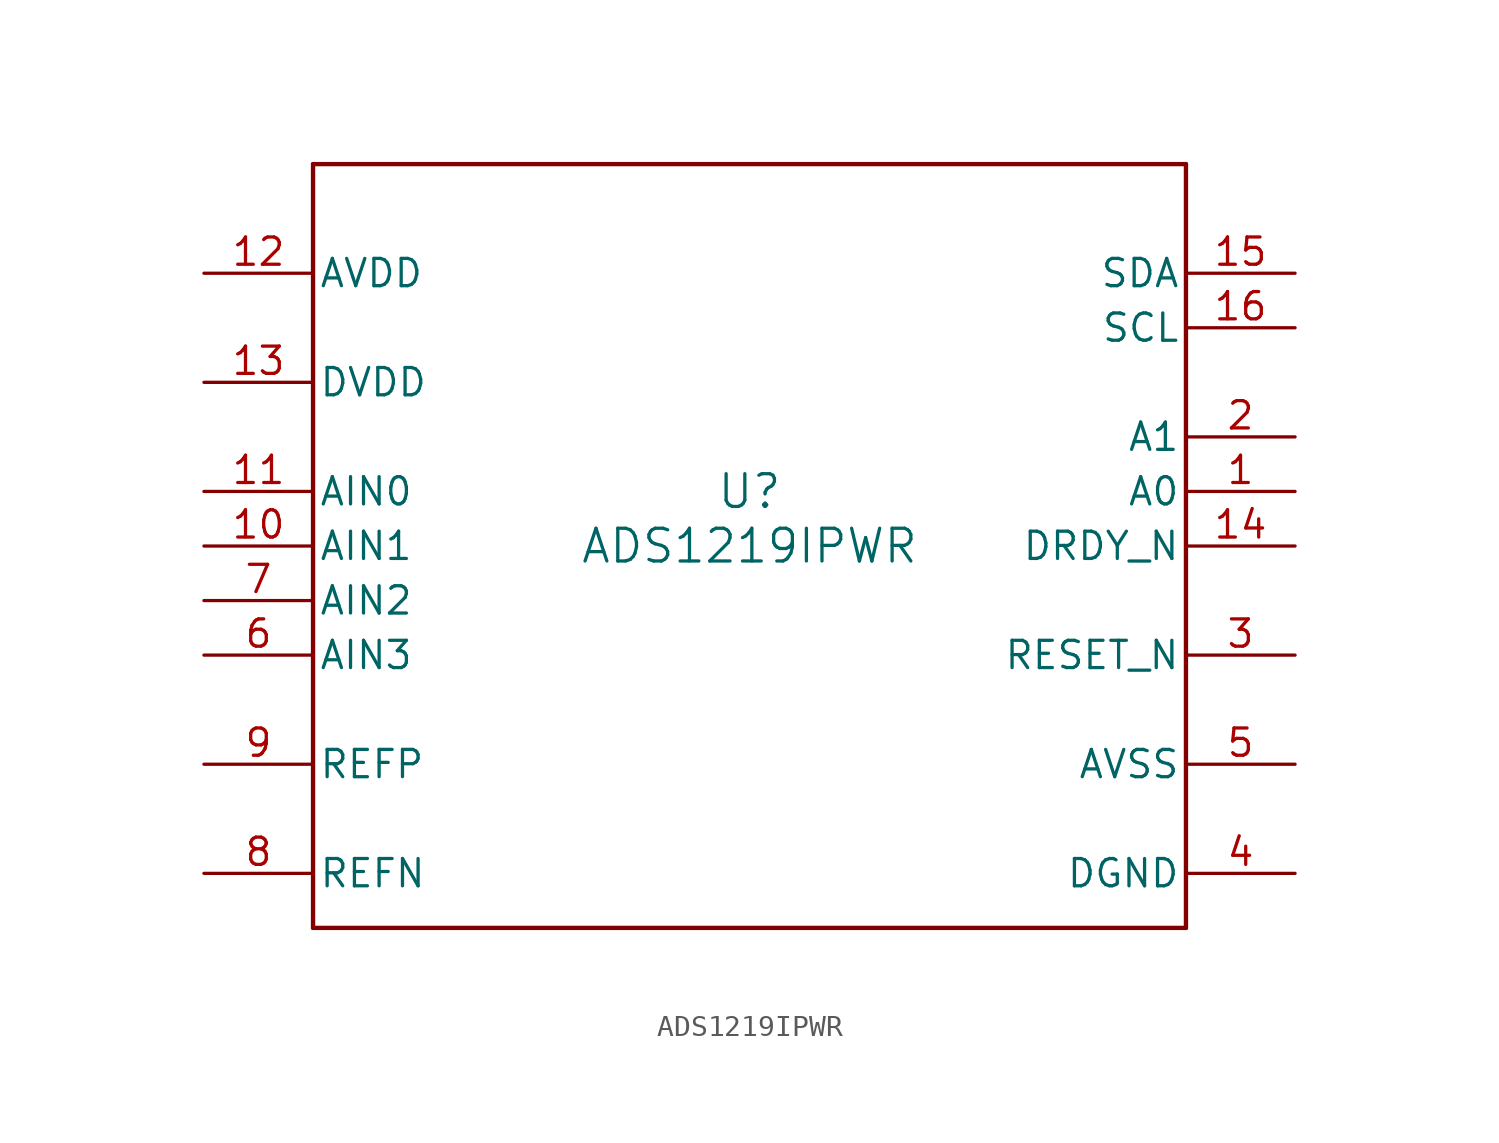
<source format=kicad_sym>
(kicad_symbol_lib
  (version 20220914)
  (generator kicad_symbol_editor)
  (symbol "ADS1219IPWR"
    (pin_names
      (offset 0.254))
    (property "Reference" "U"
      (at 0 2.54 0)
      (effects (font (size 1.524 1.524))))
    (property "Value" "ADS1219IPWR"
      (at 0 0 0)
      (effects (font (size 1.524 1.524))))
    (symbol "ADS1219IPWR_0_1"
      (polyline (pts (xy -20.32 -17.78) (xy 20.32 -17.78)) (stroke (width 0.203) (type default)) (fill (type none)))
      (polyline (pts (xy -20.32 17.78) (xy -20.32 -17.78)) (stroke (width 0.203) (type default)) (fill (type none)))
      (polyline (pts (xy 20.32 -17.78) (xy 20.32 17.78)) (stroke (width 0.203) (type default)) (fill (type none)))
      (polyline (pts (xy 20.32 17.78) (xy -20.32 17.78)) (stroke (width 0.203) (type default)) (fill (type none)))
      (pin input line (at 25.4 2.54 180) (length 5.08) (name "A0" (effects (font (size 1.27 1.27)))) (number "1" (effects (font (size 1.27 1.27)))))
      (pin input line (at -25.4 0 0) (length 5.08) (name "AIN1" (effects (font (size 1.27 1.27)))) (number "10" (effects (font (size 1.27 1.27)))))
      (pin input line (at -25.4 2.54 0) (length 5.08) (name "AIN0" (effects (font (size 1.27 1.27)))) (number "11" (effects (font (size 1.27 1.27)))))
      (pin power_in line (at -25.4 12.7 0) (length 5.08) (name "AVDD" (effects (font (size 1.27 1.27)))) (number "12" (effects (font (size 1.27 1.27)))))
      (pin power_in line (at -25.4 7.62 0) (length 5.08) (name "DVDD" (effects (font (size 1.27 1.27)))) (number "13" (effects (font (size 1.27 1.27)))))
      (pin output line (at 25.4 0 180) (length 5.08) (name "DRDY_N" (effects (font (size 1.27 1.27)))) (number "14" (effects (font (size 1.27 1.27)))))
      (pin bidirectional line (at 25.4 12.7 180) (length 5.08) (name "SDA" (effects (font (size 1.27 1.27)))) (number "15" (effects (font (size 1.27 1.27)))))
      (pin input line (at 25.4 10.16 180) (length 5.08) (name "SCL" (effects (font (size 1.27 1.27)))) (number "16" (effects (font (size 1.27 1.27)))))
      (pin input line (at 25.4 5.08 180) (length 5.08) (name "A1" (effects (font (size 1.27 1.27)))) (number "2" (effects (font (size 1.27 1.27)))))
      (pin input line (at 25.4 -5.08 180) (length 5.08) (name "RESET_N" (effects (font (size 1.27 1.27)))) (number "3" (effects (font (size 1.27 1.27)))))
      (pin power_in line (at 25.4 -15.24 180) (length 5.08) (name "DGND" (effects (font (size 1.27 1.27)))) (number "4" (effects (font (size 1.27 1.27)))))
      (pin power_in line (at 25.4 -10.16 180) (length 5.08) (name "AVSS" (effects (font (size 1.27 1.27)))) (number "5" (effects (font (size 1.27 1.27)))))
      (pin input line (at -25.4 -5.08 0) (length 5.08) (name "AIN3" (effects (font (size 1.27 1.27)))) (number "6" (effects (font (size 1.27 1.27)))))
      (pin input line (at -25.4 -2.54 0) (length 5.08) (name "AIN2" (effects (font (size 1.27 1.27)))) (number "7" (effects (font (size 1.27 1.27)))))
      (pin input line (at -25.4 -15.24 0) (length 5.08) (name "REFN" (effects (font (size 1.27 1.27)))) (number "8" (effects (font (size 1.27 1.27)))))
      (pin input line (at -25.4 -10.16 0) (length 5.08) (name "REFP" (effects (font (size 1.27 1.27)))) (number "9" (effects (font (size 1.27 1.27))))))))
</source>
